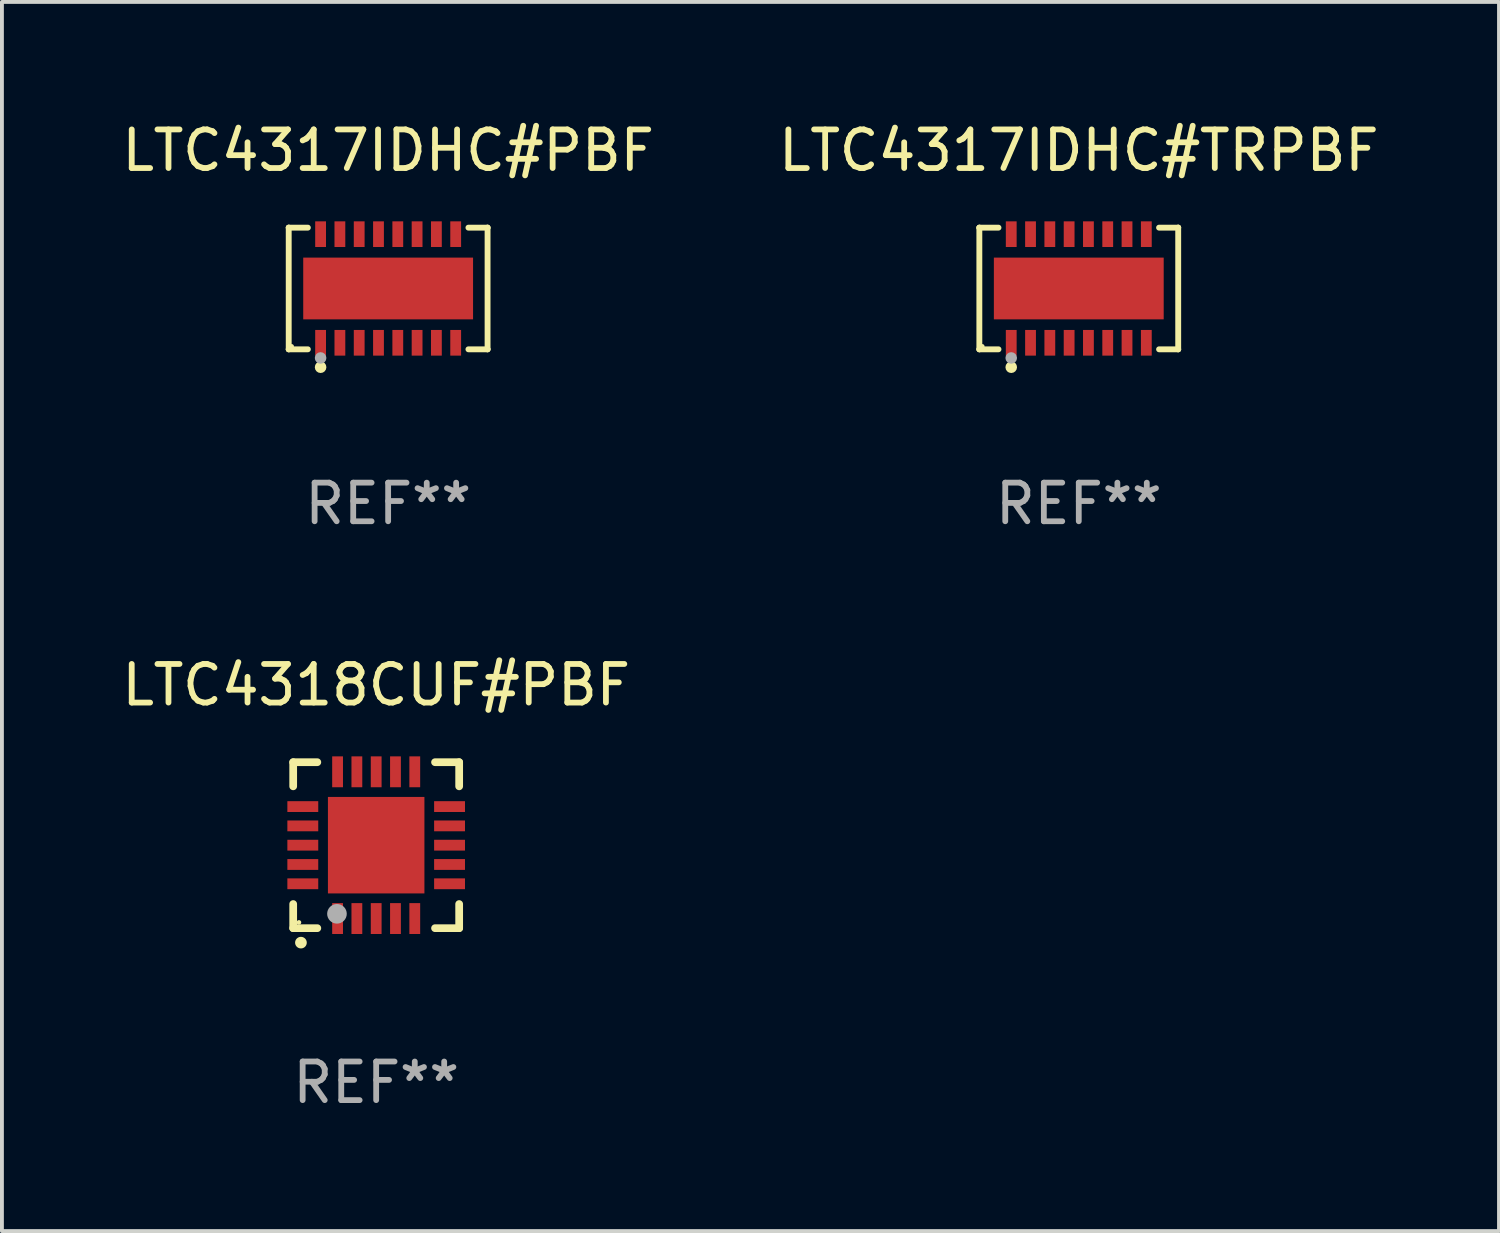
<source format=kicad_pcb>
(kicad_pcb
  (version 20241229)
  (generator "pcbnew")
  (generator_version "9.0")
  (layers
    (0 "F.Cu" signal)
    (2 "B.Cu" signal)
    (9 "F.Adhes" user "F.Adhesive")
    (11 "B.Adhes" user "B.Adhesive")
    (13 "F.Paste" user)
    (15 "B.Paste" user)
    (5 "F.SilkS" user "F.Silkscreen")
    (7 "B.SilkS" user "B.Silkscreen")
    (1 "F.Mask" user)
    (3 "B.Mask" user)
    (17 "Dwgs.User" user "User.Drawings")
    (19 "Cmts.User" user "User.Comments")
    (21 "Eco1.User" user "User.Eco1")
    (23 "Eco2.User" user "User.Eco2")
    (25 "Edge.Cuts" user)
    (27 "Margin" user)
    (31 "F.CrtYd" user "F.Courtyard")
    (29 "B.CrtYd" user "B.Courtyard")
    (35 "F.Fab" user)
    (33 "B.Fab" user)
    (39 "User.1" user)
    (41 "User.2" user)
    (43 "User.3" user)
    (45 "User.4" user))
  (footprint "LTC4317IDHC#TRPBF"
    (layer "F.Cu")
    (at 24.899 4.424)
    (property "Reference" "LTC4317IDHC#TRPBF" (at 0 -3.576 0) (layer "F.SilkS") (effects (font (size 1 1) (thickness 0.15))))
    (attr through_hole)
    (fp_line (start -2.576 -1.576) (end -2.576 -1.576) (stroke (width 0.152) (type solid)) (layer "F.SilkS"))
    (fp_line (start -2.576 -1.576) (end -2.08 -1.576) (stroke (width 0.152) (type solid)) (layer "F.SilkS"))
    (fp_line (start -2.576 1.576) (end -2.576 -1.576) (stroke (width 0.152) (type solid)) (layer "F.SilkS"))
    (fp_line (start -2.576 1.576) (end -2.576 1.576) (stroke (width 0.152) (type solid)) (layer "F.SilkS"))
    (fp_line (start -2.08 1.576) (end -2.576 1.576) (stroke (width 0.152) (type solid)) (layer "F.SilkS"))
    (fp_line (start 2.08 1.576) (end 2.576 1.576) (stroke (width 0.152) (type solid)) (layer "F.SilkS"))
    (fp_line (start 2.576 -1.576) (end 2.08 -1.576) (stroke (width 0.152) (type solid)) (layer "F.SilkS"))
    (fp_line (start 2.576 -1.576) (end 2.576 -1.576) (stroke (width 0.152) (type solid)) (layer "F.SilkS"))
    (fp_line (start 2.576 1.576) (end 2.576 -1.576) (stroke (width 0.152) (type solid)) (layer "F.SilkS"))
    (fp_line (start 2.576 1.576) (end 2.576 1.576) (stroke (width 0.152) (type solid)) (layer "F.SilkS"))
    (fp_circle (center -2.5 1.5) (end -2.47 1.5) (stroke (width 0.06) (type solid)) (fill no) (layer "F.SilkS"))
    (fp_circle (center -1.75 2.04) (end -1.675 2.04) (stroke (width 0.15) (type solid)) (fill no) (layer "F.SilkS"))
    (fp_circle (center -1.75 1.8) (end -1.675 1.8) (stroke (width 0.15) (type solid)) (fill no) (layer "F.Fab"))
    (fp_text user "REF**" (at 0 5.576 0) (layer "F.Fab") (effects (font (size 1 1) (thickness 0.15))))
    (pad "1" smd rect (at -1.75 1.407) (size 0.28 0.665) (layers "F.Cu" "F.Mask" "F.Paste"))
    (pad "2" smd rect (at -1.25 1.407) (size 0.28 0.665) (layers "F.Cu" "F.Mask" "F.Paste"))
    (pad "3" smd rect (at -0.75 1.407) (size 0.28 0.665) (layers "F.Cu" "F.Mask" "F.Paste"))
    (pad "4" smd rect (at -0.25 1.407) (size 0.28 0.665) (layers "F.Cu" "F.Mask" "F.Paste"))
    (pad "5" smd rect (at 0.25 1.407) (size 0.28 0.665) (layers "F.Cu" "F.Mask" "F.Paste"))
    (pad "6" smd rect (at 0.75 1.407) (size 0.28 0.665) (layers "F.Cu" "F.Mask" "F.Paste"))
    (pad "7" smd rect (at 1.25 1.407) (size 0.28 0.665) (layers "F.Cu" "F.Mask" "F.Paste"))
    (pad "8" smd rect (at 1.75 1.407) (size 0.28 0.665) (layers "F.Cu" "F.Mask" "F.Paste"))
    (pad "9" smd rect (at 1.75 -1.407) (size 0.28 0.665) (layers "F.Cu" "F.Mask" "F.Paste"))
    (pad "10" smd rect (at 1.25 -1.407) (size 0.28 0.665) (layers "F.Cu" "F.Mask" "F.Paste"))
    (pad "11" smd rect (at 0.75 -1.407) (size 0.28 0.665) (layers "F.Cu" "F.Mask" "F.Paste"))
    (pad "12" smd rect (at 0.25 -1.407) (size 0.28 0.665) (layers "F.Cu" "F.Mask" "F.Paste"))
    (pad "13" smd rect (at -0.25 -1.407) (size 0.28 0.665) (layers "F.Cu" "F.Mask" "F.Paste"))
    (pad "14" smd rect (at -0.75 -1.407) (size 0.28 0.665) (layers "F.Cu" "F.Mask" "F.Paste"))
    (pad "15" smd rect (at -1.25 -1.407) (size 0.28 0.665) (layers "F.Cu" "F.Mask" "F.Paste"))
    (pad "16" smd rect (at -1.75 -1.407) (size 0.28 0.665) (layers "F.Cu" "F.Mask" "F.Paste"))
    (pad "17" smd rect (at 0 0) (size 4.4 1.6) (layers "F.Cu" "F.Mask" "F.Paste")))
  (footprint "LTC4317IDHC#PBF"
    (layer "F.Cu")
    (at 7.006 4.424)
    (property "Reference" "LTC4317IDHC#PBF" (at 0 -3.576 0) (layer "F.SilkS") (effects (font (size 1 1) (thickness 0.15))))
    (attr through_hole)
    (fp_line (start -2.576 -1.576) (end -2.576 -1.576) (stroke (width 0.152) (type solid)) (layer "F.SilkS"))
    (fp_line (start -2.576 -1.576) (end -2.08 -1.576) (stroke (width 0.152) (type solid)) (layer "F.SilkS"))
    (fp_line (start -2.576 1.576) (end -2.576 -1.576) (stroke (width 0.152) (type solid)) (layer "F.SilkS"))
    (fp_line (start -2.576 1.576) (end -2.576 1.576) (stroke (width 0.152) (type solid)) (layer "F.SilkS"))
    (fp_line (start -2.08 1.576) (end -2.576 1.576) (stroke (width 0.152) (type solid)) (layer "F.SilkS"))
    (fp_line (start 2.08 1.576) (end 2.576 1.576) (stroke (width 0.152) (type solid)) (layer "F.SilkS"))
    (fp_line (start 2.576 -1.576) (end 2.08 -1.576) (stroke (width 0.152) (type solid)) (layer "F.SilkS"))
    (fp_line (start 2.576 -1.576) (end 2.576 -1.576) (stroke (width 0.152) (type solid)) (layer "F.SilkS"))
    (fp_line (start 2.576 1.576) (end 2.576 -1.576) (stroke (width 0.152) (type solid)) (layer "F.SilkS"))
    (fp_line (start 2.576 1.576) (end 2.576 1.576) (stroke (width 0.152) (type solid)) (layer "F.SilkS"))
    (fp_circle (center -2.5 1.5) (end -2.47 1.5) (stroke (width 0.06) (type solid)) (fill no) (layer "F.SilkS"))
    (fp_circle (center -1.75 2.04) (end -1.675 2.04) (stroke (width 0.15) (type solid)) (fill no) (layer "F.SilkS"))
    (fp_circle (center -1.75 1.8) (end -1.675 1.8) (stroke (width 0.15) (type solid)) (fill no) (layer "F.Fab"))
    (fp_text user "REF**" (at 0 5.576 0) (layer "F.Fab") (effects (font (size 1 1) (thickness 0.15))))
    (pad "1" smd rect (at -1.75 1.407) (size 0.28 0.665) (layers "F.Cu" "F.Mask" "F.Paste"))
    (pad "2" smd rect (at -1.25 1.407) (size 0.28 0.665) (layers "F.Cu" "F.Mask" "F.Paste"))
    (pad "3" smd rect (at -0.75 1.407) (size 0.28 0.665) (layers "F.Cu" "F.Mask" "F.Paste"))
    (pad "4" smd rect (at -0.25 1.407) (size 0.28 0.665) (layers "F.Cu" "F.Mask" "F.Paste"))
    (pad "5" smd rect (at 0.25 1.407) (size 0.28 0.665) (layers "F.Cu" "F.Mask" "F.Paste"))
    (pad "6" smd rect (at 0.75 1.407) (size 0.28 0.665) (layers "F.Cu" "F.Mask" "F.Paste"))
    (pad "7" smd rect (at 1.25 1.407) (size 0.28 0.665) (layers "F.Cu" "F.Mask" "F.Paste"))
    (pad "8" smd rect (at 1.75 1.407) (size 0.28 0.665) (layers "F.Cu" "F.Mask" "F.Paste"))
    (pad "9" smd rect (at 1.75 -1.407) (size 0.28 0.665) (layers "F.Cu" "F.Mask" "F.Paste"))
    (pad "10" smd rect (at 1.25 -1.407) (size 0.28 0.665) (layers "F.Cu" "F.Mask" "F.Paste"))
    (pad "11" smd rect (at 0.75 -1.407) (size 0.28 0.665) (layers "F.Cu" "F.Mask" "F.Paste"))
    (pad "12" smd rect (at 0.25 -1.407) (size 0.28 0.665) (layers "F.Cu" "F.Mask" "F.Paste"))
    (pad "13" smd rect (at -0.25 -1.407) (size 0.28 0.665) (layers "F.Cu" "F.Mask" "F.Paste"))
    (pad "14" smd rect (at -0.75 -1.407) (size 0.28 0.665) (layers "F.Cu" "F.Mask" "F.Paste"))
    (pad "15" smd rect (at -1.25 -1.407) (size 0.28 0.665) (layers "F.Cu" "F.Mask" "F.Paste"))
    (pad "16" smd rect (at -1.75 -1.407) (size 0.28 0.665) (layers "F.Cu" "F.Mask" "F.Paste"))
    (pad "17" smd rect (at 0 0) (size 4.4 1.6) (layers "F.Cu" "F.Mask" "F.Paste")))
  (footprint "LTC4318CUF#PBF"
    (layer "F.Cu")
    (at 6.696 18.847)
    (property "Reference" "LTC4318CUF#PBF" (at 0 -4.15 0) (layer "F.SilkS") (effects (font (size 1 1) (thickness 0.15))))
    (attr through_hole)
    (fp_line (start -2.15 -2.15) (end -2.15 -1.525) (stroke (width 0.2) (type solid)) (layer "F.SilkS"))
    (fp_line (start -2.15 2.15) (end -2.15 1.525) (stroke (width 0.2) (type solid)) (layer "F.SilkS"))
    (fp_line (start -1.525 -2.15) (end -2.15 -2.15) (stroke (width 0.2) (type solid)) (layer "F.SilkS"))
    (fp_line (start -1.525 2.15) (end -2.15 2.15) (stroke (width 0.2) (type solid)) (layer "F.SilkS"))
    (fp_line (start 1.525 2.15) (end 2.15 2.15) (stroke (width 0.2) (type solid)) (layer "F.SilkS"))
    (fp_line (start 2.15 -2.15) (end 1.525 -2.15) (stroke (width 0.2) (type solid)) (layer "F.SilkS"))
    (fp_line (start 2.15 -1.525) (end 2.15 -2.15) (stroke (width 0.2) (type solid)) (layer "F.SilkS"))
    (fp_line (start 2.15 2.15) (end 2.15 1.525) (stroke (width 0.2) (type solid)) (layer "F.SilkS"))
    (fp_arc (start -1.950724 2.524765) (mid -1.949454 2.52476) (end -1.948184 2.524765) (stroke (width 0.3) (type solid)) (layer "F.SilkS"))
    (fp_circle (center -2.001 2.001) (end -1.971 2.001) (stroke (width 0.06) (type solid)) (fill no) (layer "F.SilkS"))
    (fp_circle (center -1.016 1.778) (end -0.889 1.778) (stroke (width 0.254) (type solid)) (fill no) (layer "F.Fab"))
    (fp_text user "REF**" (at 0 6.15 0) (layer "F.Fab") (effects (font (size 1 1) (thickness 0.15))))
    (pad "1" smd rect (at -1 1.901) (size 0.28 0.8) (layers "F.Cu" "F.Mask" "F.Paste"))
    (pad "2" smd rect (at -0.5 1.901) (size 0.28 0.8) (layers "F.Cu" "F.Mask" "F.Paste"))
    (pad "3" smd rect (at 0 1.901) (size 0.28 0.8) (layers "F.Cu" "F.Mask" "F.Paste"))
    (pad "4" smd rect (at 0.5 1.901) (size 0.28 0.8) (layers "F.Cu" "F.Mask" "F.Paste"))
    (pad "5" smd rect (at 1 1.901) (size 0.28 0.8) (layers "F.Cu" "F.Mask" "F.Paste"))
    (pad "6" smd rect (at 1.901 1) (size 0.8 0.28) (layers "F.Cu" "F.Mask" "F.Paste"))
    (pad "7" smd rect (at 1.901 0.5) (size 0.8 0.28) (layers "F.Cu" "F.Mask" "F.Paste"))
    (pad "8" smd rect (at 1.901 0) (size 0.8 0.28) (layers "F.Cu" "F.Mask" "F.Paste"))
    (pad "9" smd rect (at 1.901 -0.5) (size 0.8 0.28) (layers "F.Cu" "F.Mask" "F.Paste"))
    (pad "10" smd rect (at 1.901 -1) (size 0.8 0.28) (layers "F.Cu" "F.Mask" "F.Paste"))
    (pad "11" smd rect (at 1 -1.901) (size 0.28 0.8) (layers "F.Cu" "F.Mask" "F.Paste"))
    (pad "12" smd rect (at 0.5 -1.901) (size 0.28 0.8) (layers "F.Cu" "F.Mask" "F.Paste"))
    (pad "13" smd rect (at 0 -1.901) (size 0.28 0.8) (layers "F.Cu" "F.Mask" "F.Paste"))
    (pad "14" smd rect (at -0.5 -1.901) (size 0.28 0.8) (layers "F.Cu" "F.Mask" "F.Paste"))
    (pad "15" smd rect (at -1 -1.901) (size 0.28 0.8) (layers "F.Cu" "F.Mask" "F.Paste"))
    (pad "16" smd rect (at -1.901 -1) (size 0.8 0.28) (layers "F.Cu" "F.Mask" "F.Paste"))
    (pad "17" smd rect (at -1.901 -0.5) (size 0.8 0.28) (layers "F.Cu" "F.Mask" "F.Paste"))
    (pad "18" smd rect (at -1.901 0) (size 0.8 0.28) (layers "F.Cu" "F.Mask" "F.Paste"))
    (pad "19" smd rect (at -1.901 0.5) (size 0.8 0.28) (layers "F.Cu" "F.Mask" "F.Paste"))
    (pad "20" smd rect (at -1.901 1) (size 0.8 0.28) (layers "F.Cu" "F.Mask" "F.Paste"))
    (pad "21" smd rect (at 0 0) (size 2.5 2.5) (layers "F.Cu" "F.Mask" "F.Paste")))
  (gr_rect
    (start -3 -3)
    (end 35.786 28.845)
    (stroke (width 0.1) (type default))
    (fill no)
    (layer "Edge.Cuts")))
</source>
